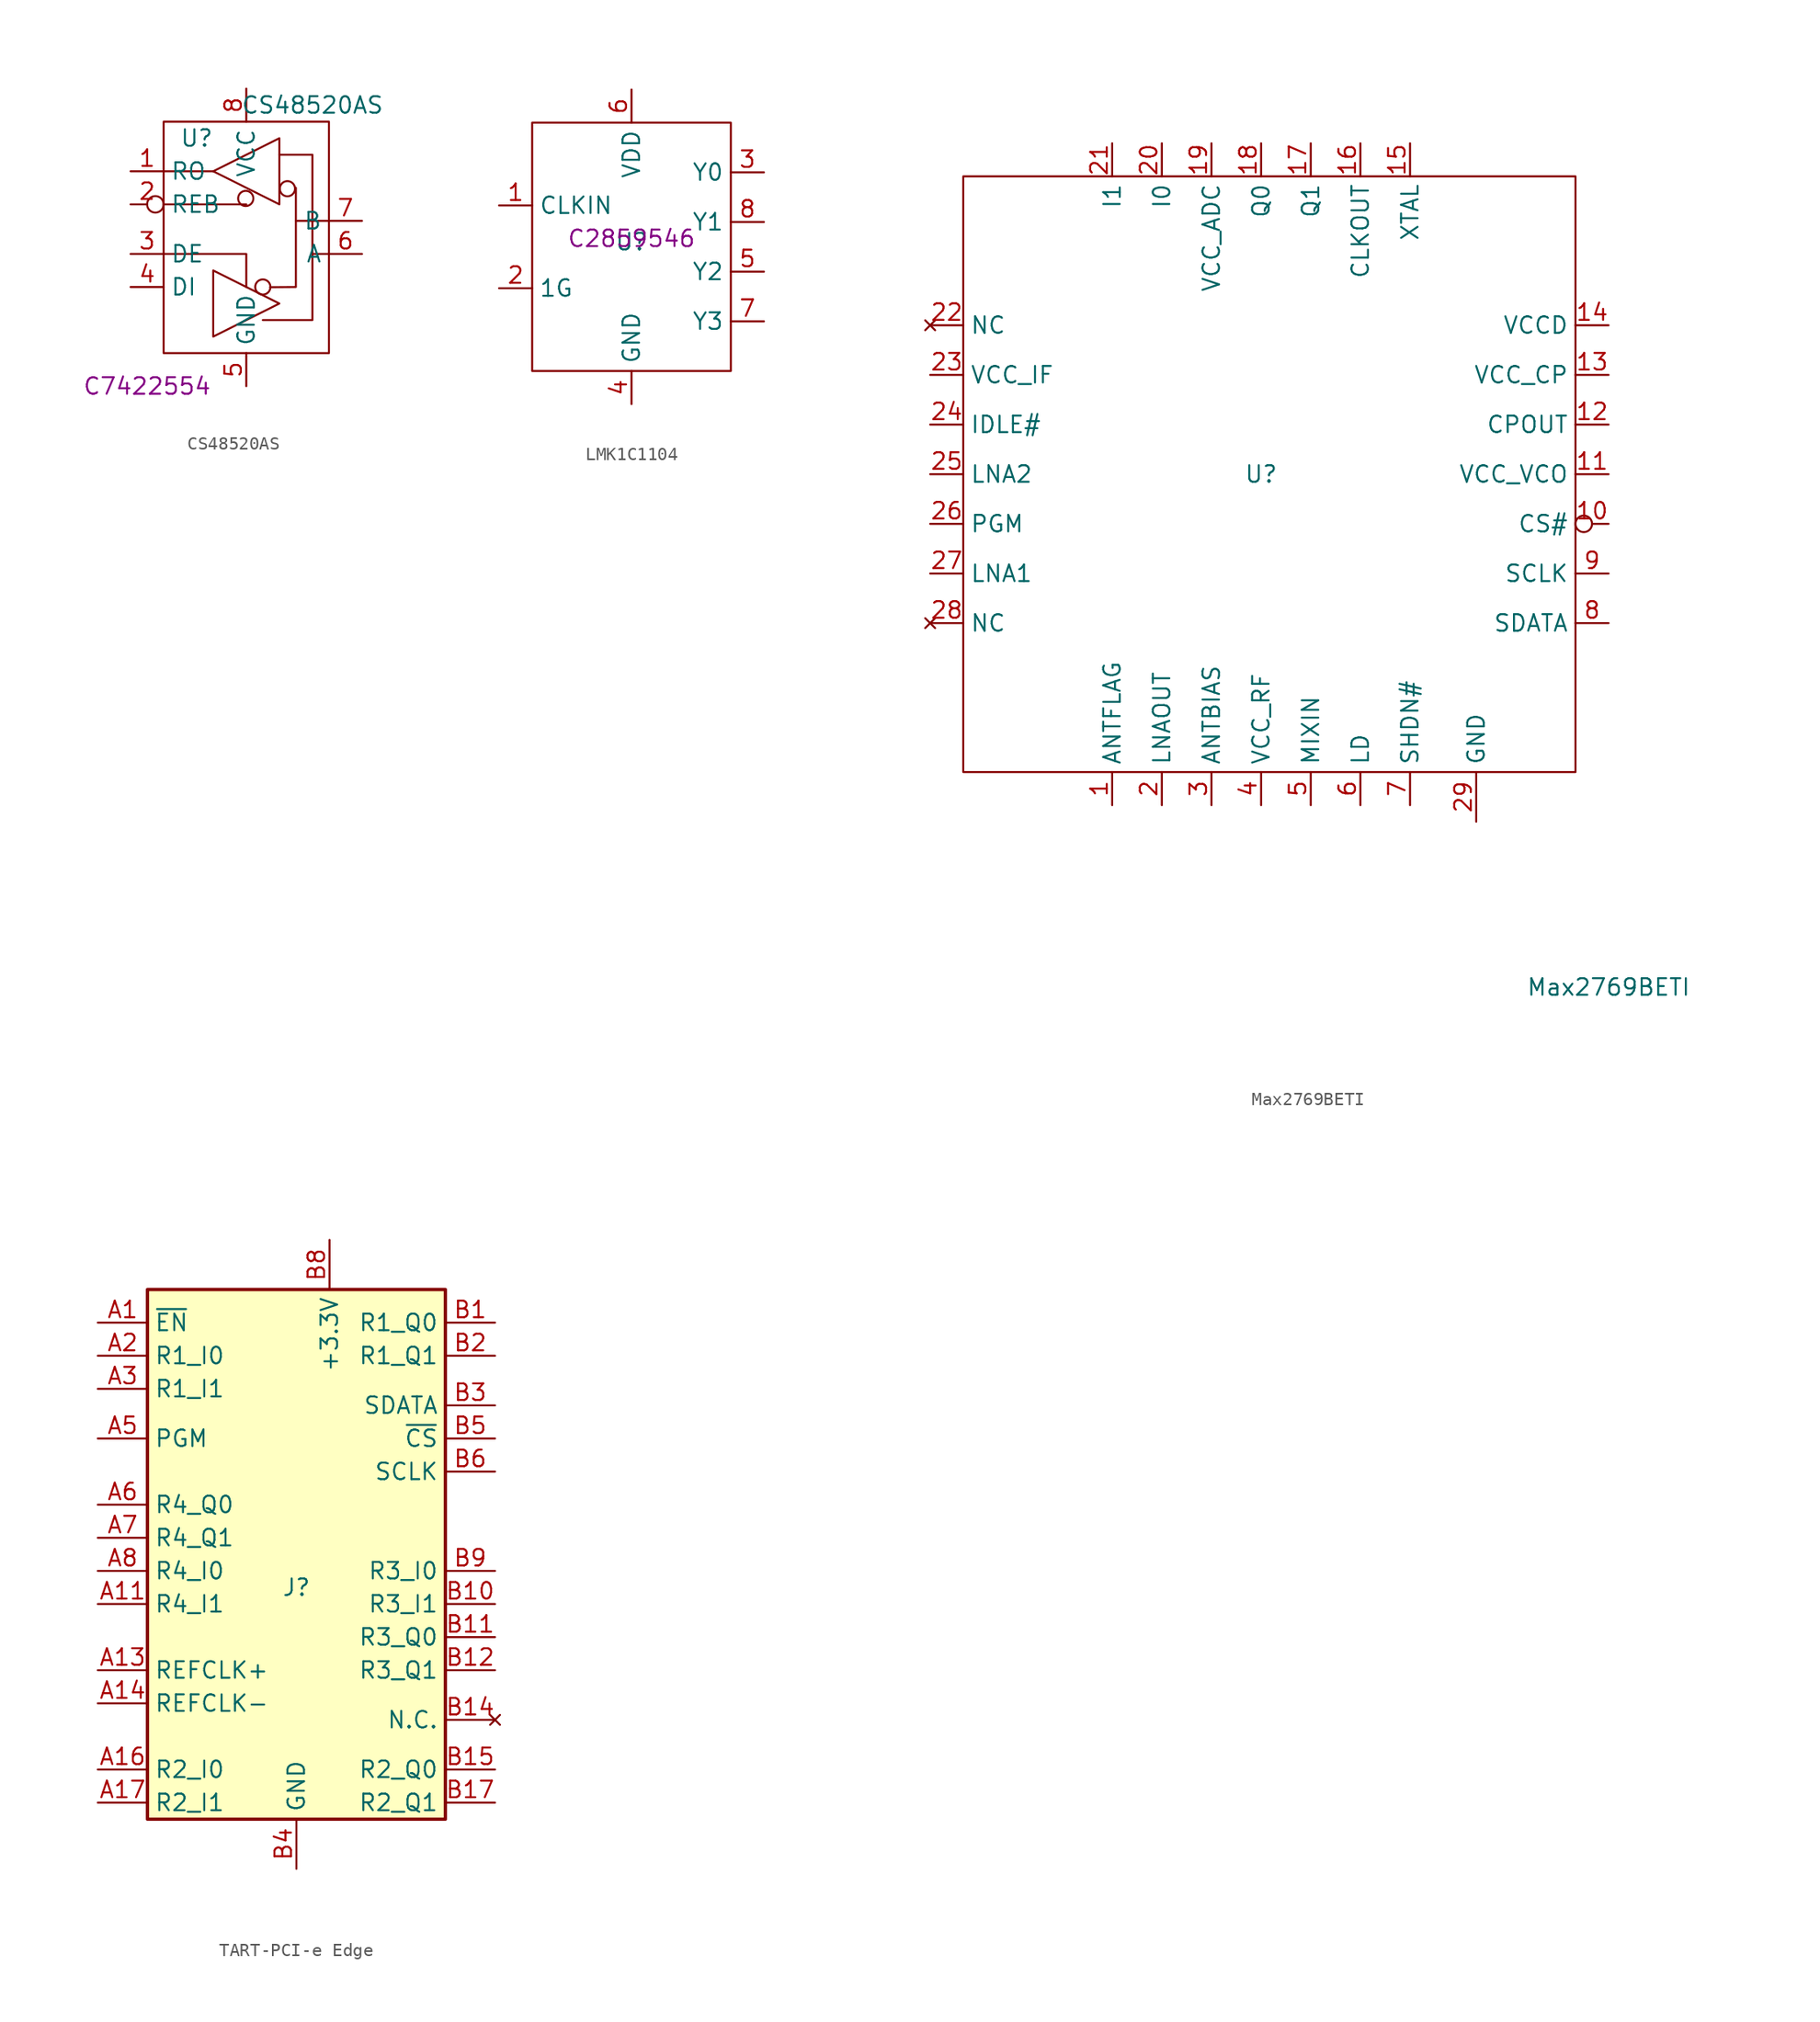
<source format=kicad_sym>
(kicad_symbol_lib
  (version 20241209)
  (generator "kicad_symbol_editor")
  (generator_version "9.0")
  (symbol "CS48520AS"
    (property "Reference" "U"
      (at -3.81 7.62 0)
      (effects (font (size 1.27 1.27))))
    (property "Value" "CS48520AS"
      (at 5.08 10.16 0)
      (effects (font (size 1.27 1.27))))
    (property "LCSC" "C7422554"
      (at -7.62 -11.43 0)
      (effects (font (size 1.27 1.27))))
    (symbol "CS48520AS_0_1"
      (rectangle (start -6.35 8.89) (end 6.35 -8.89) (stroke (width 0) (type default)) (fill (type none)))
      (polyline (pts (xy 2.54 -5.08) (xy -2.54 -2.54) (xy -2.54 -7.62) (xy 2.54 -5.08)) (stroke (width 0) (type default)) (fill (type none))))
    (symbol "CS48520AS_1_1"
      (polyline (pts (xy -6.35 2.54) (xy 0 2.54)) (stroke (width 0) (type default)) (fill (type none)))
      (polyline (pts (xy -6.35 -1.27) (xy 0 -1.27) (xy 0 -3.81)) (stroke (width 0) (type default)) (fill (type none)))
      (polyline (pts (xy -2.54 5.08) (xy -6.35 5.08)) (stroke (width 0) (type default)) (fill (type none)))
      (circle (center -0.042 2.993) (radius 0.584) (stroke (width 0) (type default)) (fill (type none)))
      (circle (center 1.27 -3.81) (radius 0.584) (stroke (width 0) (type default)) (fill (type none)))
      (polyline (pts (xy 2.54 7.62) (xy -2.54 5.08) (xy 2.54 2.54) (xy 2.54 7.62)) (stroke (width 0) (type default)) (fill (type none)))
      (circle (center 3.159 3.741) (radius 0.584) (stroke (width 0) (type default)) (fill (type none)))
      (polyline (pts (xy 3.81 1.27) (xy 3.81 -3.81) (xy 1.829 -3.825)) (stroke (width 0) (type default)) (fill (type none)))
      (polyline (pts (xy 5.08 -1.27) (xy 5.08 6.35) (xy 2.54 6.35)) (stroke (width 0) (type default)) (fill (type none)))
      (polyline (pts (xy 6.35 1.27) (xy 3.81 1.27) (xy 3.81 3.81)) (stroke (width 0) (type default)) (fill (type none)))
      (polyline (pts (xy 6.35 -1.27) (xy 5.08 -1.27) (xy 5.08 -6.35) (xy 1.27 -6.35)) (stroke (width 0) (type default)) (fill (type none)))
      (pin output line (at -8.89 5.08 0) (length 2.54) (name "RO" (effects (font (size 1.27 1.27)))) (number "1" (effects (font (size 1.27 1.27)))))
      (pin input inverted (at -8.89 2.54 0) (length 2.54) (name "REB" (effects (font (size 1.27 1.27)))) (number "2" (effects (font (size 1.27 1.27)))))
      (pin input line (at -8.89 -1.27 0) (length 2.54) (name "DE" (effects (font (size 1.27 1.27)))) (number "3" (effects (font (size 1.27 1.27)))))
      (pin input line (at -8.89 -3.81 0) (length 2.54) (name "DI" (effects (font (size 1.27 1.27)))) (number "4" (effects (font (size 1.27 1.27)))))
      (pin power_in line (at 0 11.43 270) (length 2.54) (name "VCC" (effects (font (size 1.27 1.27)))) (number "8" (effects (font (size 1.27 1.27)))))
      (pin power_in line (at 0 -11.43 90) (length 2.54) (name "GND" (effects (font (size 1.27 1.27)))) (number "5" (effects (font (size 1.27 1.27)))))
      (pin bidirectional line (at 8.89 1.27 180) (length 2.54) (name "B" (effects (font (size 1.27 1.27)))) (number "7" (effects (font (size 1.27 1.27)))))
      (pin bidirectional line (at 8.89 -1.27 180) (length 2.54) (name "A" (effects (font (size 1.27 1.27)))) (number "6" (effects (font (size 1.27 1.27)))))))
  (symbol "LMK1C1104"
    (property "Reference" "U"
      (at 0 -0.254 0)
      (effects (font (size 1.27 1.27))))
    (property "Value" ""
      (at -3.81 5.08 0)
      (effects (font (size 1.27 1.27))))
    (property "LCSC" "C2859546"
      (at 0 0 0)
      (effects (font (size 1.27 1.27))))
    (symbol "LMK1C1104_0_1"
      (rectangle (start -7.62 8.89) (end 7.62 -10.16) (stroke (width 0) (type default)) (fill (type none))))
    (symbol "LMK1C1104_1_1"
      (pin input line (at -10.16 2.54 0) (length 2.54) (name "CLKIN" (effects (font (size 1.27 1.27)))) (number "1" (effects (font (size 1.27 1.27)))))
      (pin input line (at -10.16 -3.81 0) (length 2.54) (name "1G" (effects (font (size 1.27 1.27)))) (number "2" (effects (font (size 1.27 1.27)))))
      (pin power_in line (at 0 11.43 270) (length 2.54) (name "VDD" (effects (font (size 1.27 1.27)))) (number "6" (effects (font (size 1.27 1.27)))))
      (pin power_in line (at 0 -12.7 90) (length 2.54) (name "GND" (effects (font (size 1.27 1.27)))) (number "4" (effects (font (size 1.27 1.27)))))
      (pin output line (at 10.16 5.08 180) (length 2.54) (name "Y0" (effects (font (size 1.27 1.27)))) (number "3" (effects (font (size 1.27 1.27)))))
      (pin output line (at 10.16 1.27 180) (length 2.54) (name "Y1" (effects (font (size 1.27 1.27)))) (number "8" (effects (font (size 1.27 1.27)))))
      (pin output line (at 10.16 -2.54 180) (length 2.54) (name "Y2" (effects (font (size 1.27 1.27)))) (number "5" (effects (font (size 1.27 1.27)))))
      (pin output line (at 10.16 -6.35 180) (length 2.54) (name "Y3" (effects (font (size 1.27 1.27)))) (number "7" (effects (font (size 1.27 1.27)))))))
  (symbol "Max2769BETI"
    (property "Reference" "U"
      (at 0 0 0)
      (effects (font (size 1.27 1.27))))
    (property "Value" "Max2769BETI"
      (at 26.67 -39.37 0)
      (effects (font (size 1.27 1.27))))
    (symbol "Max2769BETI_0_0"
      (pin no_connect line (at -25.4 11.43 0) (length 2.54) (name "NC" (effects (font (size 1.27 1.27)))) (number "22" (effects (font (size 1.27 1.27)))))
      (pin power_in line (at -25.4 7.62 0) (length 2.54) (name "VCC_IF" (effects (font (size 1.27 1.27)))) (number "23" (effects (font (size 1.27 1.27)))))
      (pin input line (at -25.4 3.81 0) (length 2.54) (name "IDLE#" (effects (font (size 1.27 1.27)))) (number "24" (effects (font (size 1.27 1.27)))))
      (pin input line (at -25.4 0 0) (length 2.54) (name "LNA2" (effects (font (size 1.27 1.27)))) (number "25" (effects (font (size 1.27 1.27)))))
      (pin input line (at -25.4 -3.81 0) (length 2.54) (name "PGM" (effects (font (size 1.27 1.27)))) (number "26" (effects (font (size 1.27 1.27)))))
      (pin input line (at -25.4 -7.62 0) (length 2.54) (name "LNA1" (effects (font (size 1.27 1.27)))) (number "27" (effects (font (size 1.27 1.27)))))
      (pin no_connect line (at -25.4 -11.43 0) (length 2.54) (name "NC" (effects (font (size 1.27 1.27)))) (number "28" (effects (font (size 1.27 1.27)))))
      (pin output line (at -11.43 25.4 270) (length 2.54) (name "I1" (effects (font (size 1.27 1.27)))) (number "21" (effects (font (size 1.27 1.27)))))
      (pin output line (at -7.62 25.4 270) (length 2.54) (name "I0" (effects (font (size 1.27 1.27)))) (number "20" (effects (font (size 1.27 1.27)))))
      (pin output line (at 0 25.4 270) (length 2.54) (name "Q0" (effects (font (size 1.27 1.27)))) (number "18" (effects (font (size 1.27 1.27)))))
      (pin output line (at 3.81 25.4 270) (length 2.54) (name "Q1" (effects (font (size 1.27 1.27)))) (number "17" (effects (font (size 1.27 1.27)))))
      (pin output line (at 7.62 25.4 270) (length 2.54) (name "CLKOUT" (effects (font (size 1.27 1.27)))) (number "16" (effects (font (size 1.27 1.27)))))
      (pin input line (at 11.43 25.4 270) (length 2.54) (name "XTAL" (effects (font (size 1.27 1.27)))) (number "15" (effects (font (size 1.27 1.27)))))
      (pin power_in line (at 26.67 11.43 180) (length 2.54) (name "VCCD" (effects (font (size 1.27 1.27)))) (number "14" (effects (font (size 1.27 1.27)))))
      (pin power_in line (at 26.67 7.62 180) (length 2.54) (name "VCC_CP" (effects (font (size 1.27 1.27)))) (number "13" (effects (font (size 1.27 1.27)))))
      (pin output line (at 26.67 3.81 180) (length 2.54) (name "CPOUT" (effects (font (size 1.27 1.27)))) (number "12" (effects (font (size 1.27 1.27)))))
      (pin power_in line (at 26.67 0 180) (length 2.54) (name "VCC_VCO" (effects (font (size 1.27 1.27)))) (number "11" (effects (font (size 1.27 1.27)))))
      (pin input line (at 26.67 -7.62 180) (length 2.54) (name "SCLK" (effects (font (size 1.27 1.27)))) (number "9" (effects (font (size 1.27 1.27))))))
    (symbol "Max2769BETI_0_1"
      (rectangle (start -22.86 22.86) (end 24.13 -22.86) (stroke (width 0) (type default)) (fill (type none))))
    (symbol "Max2769BETI_1_0"
      (pin output line (at -11.43 -25.4 90) (length 2.54) (name "ANTFLAG" (effects (font (size 1.27 1.27)))) (number "1" (effects (font (size 1.27 1.27)))))
      (pin output line (at -7.62 -25.4 90) (length 2.54) (name "LNAOUT" (effects (font (size 1.27 1.27)))) (number "2" (effects (font (size 1.27 1.27)))))
      (pin power_in line (at -3.81 25.4 270) (length 2.54) (name "VCC_ADC" (effects (font (size 1.27 1.27)))) (number "19" (effects (font (size 1.27 1.27)))))
      (pin output line (at -3.81 -25.4 90) (length 2.54) (name "ANTBIAS" (effects (font (size 1.27 1.27)))) (number "3" (effects (font (size 1.27 1.27)))))
      (pin power_in line (at 0 -25.4 90) (length 2.54) (name "VCC_RF" (effects (font (size 1.27 1.27)))) (number "4" (effects (font (size 1.27 1.27)))))
      (pin input line (at 3.81 -25.4 90) (length 2.54) (name "MIXIN" (effects (font (size 1.27 1.27)))) (number "5" (effects (font (size 1.27 1.27)))))
      (pin output line (at 7.62 -25.4 90) (length 2.54) (name "LD" (effects (font (size 1.27 1.27)))) (number "6" (effects (font (size 1.27 1.27)))))
      (pin input line (at 11.43 -25.4 90) (length 2.54) (name "SHDN#" (effects (font (size 1.27 1.27)))) (number "7" (effects (font (size 1.27 1.27)))))
      (pin input inverted (at 26.67 -3.81 180) (length 2.54) (name "CS#" (effects (font (size 1.27 1.27)))) (number "10" (effects (font (size 1.27 1.27)))))
      (pin input line (at 26.67 -11.43 180) (length 2.54) (name "SDATA" (effects (font (size 1.27 1.27)))) (number "8" (effects (font (size 1.27 1.27))))))
    (symbol "Max2769BETI_1_1"
      (pin power_in line (at 16.51 -26.67 90) (length 3.81) (name "GND" (effects (font (size 1.27 1.27)))) (number "29" (effects (font (size 1.27 1.27)))))))
  (symbol "TART-PCI-e Edge"
    (property "Reference" "J"
      (at 0 0 0)
      (effects (font (size 1.27 1.27))))
    (property "Value" ""
      (at 0 0 0)
      (effects (font (size 1.27 1.27))))
    (symbol "TART-PCI-e Edge_0_1"
      (rectangle (start -11.43 22.86) (end 11.43 -17.78) (stroke (width 0.254) (type default)) (fill (type background))))
    (symbol "TART-PCI-e Edge_1_1"
      (pin input line (at -15.24 20.32 0) (length 3.81) (name "~{EN}" (effects (font (size 1.27 1.27)))) (number "A1" (effects (font (size 1.27 1.27)))))
      (pin output line (at -15.24 17.78 0) (length 3.81) (name "R1_I0" (effects (font (size 1.27 1.27)))) (number "A2" (effects (font (size 1.27 1.27)))))
      (pin output line (at -15.24 15.24 0) (length 3.81) (name "R1_I1" (effects (font (size 1.27 1.27)))) (number "A3" (effects (font (size 1.27 1.27)))))
      (pin input line (at -15.24 11.43 0) (length 3.81) (name "PGM" (effects (font (size 1.27 1.27)))) (number "A5" (effects (font (size 1.27 1.27)))))
      (pin output line (at -15.24 6.35 0) (length 3.81) (name "R4_Q0" (effects (font (size 1.27 1.27)))) (number "A6" (effects (font (size 1.27 1.27)))))
      (pin output line (at -15.24 3.81 0) (length 3.81) (name "R4_Q1" (effects (font (size 1.27 1.27)))) (number "A7" (effects (font (size 1.27 1.27)))))
      (pin output line (at -15.24 1.27 0) (length 3.81) (name "R4_I0" (effects (font (size 1.27 1.27)))) (number "A8" (effects (font (size 1.27 1.27)))))
      (pin output line (at -15.24 -1.27 0) (length 3.81) (name "R4_I1" (effects (font (size 1.27 1.27)))) (number "A11" (effects (font (size 1.27 1.27)))))
      (pin input line (at -15.24 -6.35 0) (length 3.81) (name "REFCLK+" (effects (font (size 1.27 1.27)))) (number "A13" (effects (font (size 1.27 1.27)))))
      (pin input line (at -15.24 -8.89 0) (length 3.81) (name "REFCLK-" (effects (font (size 1.27 1.27)))) (number "A14" (effects (font (size 1.27 1.27)))))
      (pin output line (at -15.24 -13.97 0) (length 3.81) (name "R2_I0" (effects (font (size 1.27 1.27)))) (number "A16" (effects (font (size 1.27 1.27)))))
      (pin output line (at -15.24 -16.51 0) (length 3.81) (name "R2_I1" (effects (font (size 1.27 1.27)))) (number "A17" (effects (font (size 1.27 1.27)))))
      (pin passive line (at 0 -21.59 90) (length 3.81) (hide yes) (name "GND" (effects (font (size 1.27 1.27)))) (number "A12" (effects (font (size 1.27 1.27)))))
      (pin passive line (at 0 -21.59 90) (length 3.81) (hide yes) (name "GND" (effects (font (size 1.27 1.27)))) (number "A15" (effects (font (size 1.27 1.27)))))
      (pin passive line (at 0 -21.59 90) (length 3.81) (hide yes) (name "GND" (effects (font (size 1.27 1.27)))) (number "A18" (effects (font (size 1.27 1.27)))))
      (pin passive line (at 0 -21.59 90) (length 3.81) (hide yes) (name "GND" (effects (font (size 1.27 1.27)))) (number "A4" (effects (font (size 1.27 1.27)))))
      (pin passive line (at 0 -21.59 90) (length 3.81) (hide yes) (name "GND" (effects (font (size 1.27 1.27)))) (number "B13" (effects (font (size 1.27 1.27)))))
      (pin passive line (at 0 -21.59 90) (length 3.81) (hide yes) (name "GND" (effects (font (size 1.27 1.27)))) (number "B16" (effects (font (size 1.27 1.27)))))
      (pin passive line (at 0 -21.59 90) (length 3.81) (hide yes) (name "GND" (effects (font (size 1.27 1.27)))) (number "B18" (effects (font (size 1.27 1.27)))))
      (pin power_in line (at 0 -21.59 90) (length 3.81) (name "GND" (effects (font (size 1.27 1.27)))) (number "B4" (effects (font (size 1.27 1.27)))))
      (pin passive line (at 0 -21.59 90) (length 3.81) (hide yes) (name "GND" (effects (font (size 1.27 1.27)))) (number "B7" (effects (font (size 1.27 1.27)))))
      (pin passive line (at 2.54 26.67 270) (length 3.81) (hide yes) (name "+3.3V" (effects (font (size 1.27 1.27)))) (number "A10" (effects (font (size 1.27 1.27)))))
      (pin passive line (at 2.54 26.67 270) (length 3.81) (hide yes) (name "+3.3V" (effects (font (size 1.27 1.27)))) (number "A9" (effects (font (size 1.27 1.27)))))
      (pin power_in line (at 2.54 26.67 270) (length 3.81) (name "+3.3V" (effects (font (size 1.27 1.27)))) (number "B8" (effects (font (size 1.27 1.27)))))
      (pin output line (at 15.24 20.32 180) (length 3.81) (name "R1_Q0" (effects (font (size 1.27 1.27)))) (number "B1" (effects (font (size 1.27 1.27)))))
      (pin output line (at 15.24 17.78 180) (length 3.81) (name "R1_Q1" (effects (font (size 1.27 1.27)))) (number "B2" (effects (font (size 1.27 1.27)))))
      (pin input line (at 15.24 13.97 180) (length 3.81) (name "SDATA" (effects (font (size 1.27 1.27)))) (number "B3" (effects (font (size 1.27 1.27)))))
      (pin input line (at 15.24 11.43 180) (length 3.81) (name "~{CS}" (effects (font (size 1.27 1.27)))) (number "B5" (effects (font (size 1.27 1.27)))))
      (pin input line (at 15.24 8.89 180) (length 3.81) (name "SCLK" (effects (font (size 1.27 1.27)))) (number "B6" (effects (font (size 1.27 1.27)))))
      (pin output line (at 15.24 1.27 180) (length 3.81) (name "R3_I0" (effects (font (size 1.27 1.27)))) (number "B9" (effects (font (size 1.27 1.27)))))
      (pin output line (at 15.24 -1.27 180) (length 3.81) (name "R3_I1" (effects (font (size 1.27 1.27)))) (number "B10" (effects (font (size 1.27 1.27)))))
      (pin output line (at 15.24 -3.81 180) (length 3.81) (name "R3_Q0" (effects (font (size 1.27 1.27)))) (number "B11" (effects (font (size 1.27 1.27)))))
      (pin output line (at 15.24 -6.35 180) (length 3.81) (name "R3_Q1" (effects (font (size 1.27 1.27)))) (number "B12" (effects (font (size 1.27 1.27)))))
      (pin no_connect line (at 15.24 -10.16 180) (length 3.81) (name "N.C." (effects (font (size 1.27 1.27)))) (number "B14" (effects (font (size 1.27 1.27)))))
      (pin output line (at 15.24 -13.97 180) (length 3.81) (name "R2_Q0" (effects (font (size 1.27 1.27)))) (number "B15" (effects (font (size 1.27 1.27)))))
      (pin output line (at 15.24 -16.51 180) (length 3.81) (name "R2_Q1" (effects (font (size 1.27 1.27)))) (number "B17" (effects (font (size 1.27 1.27))))))))
</source>
